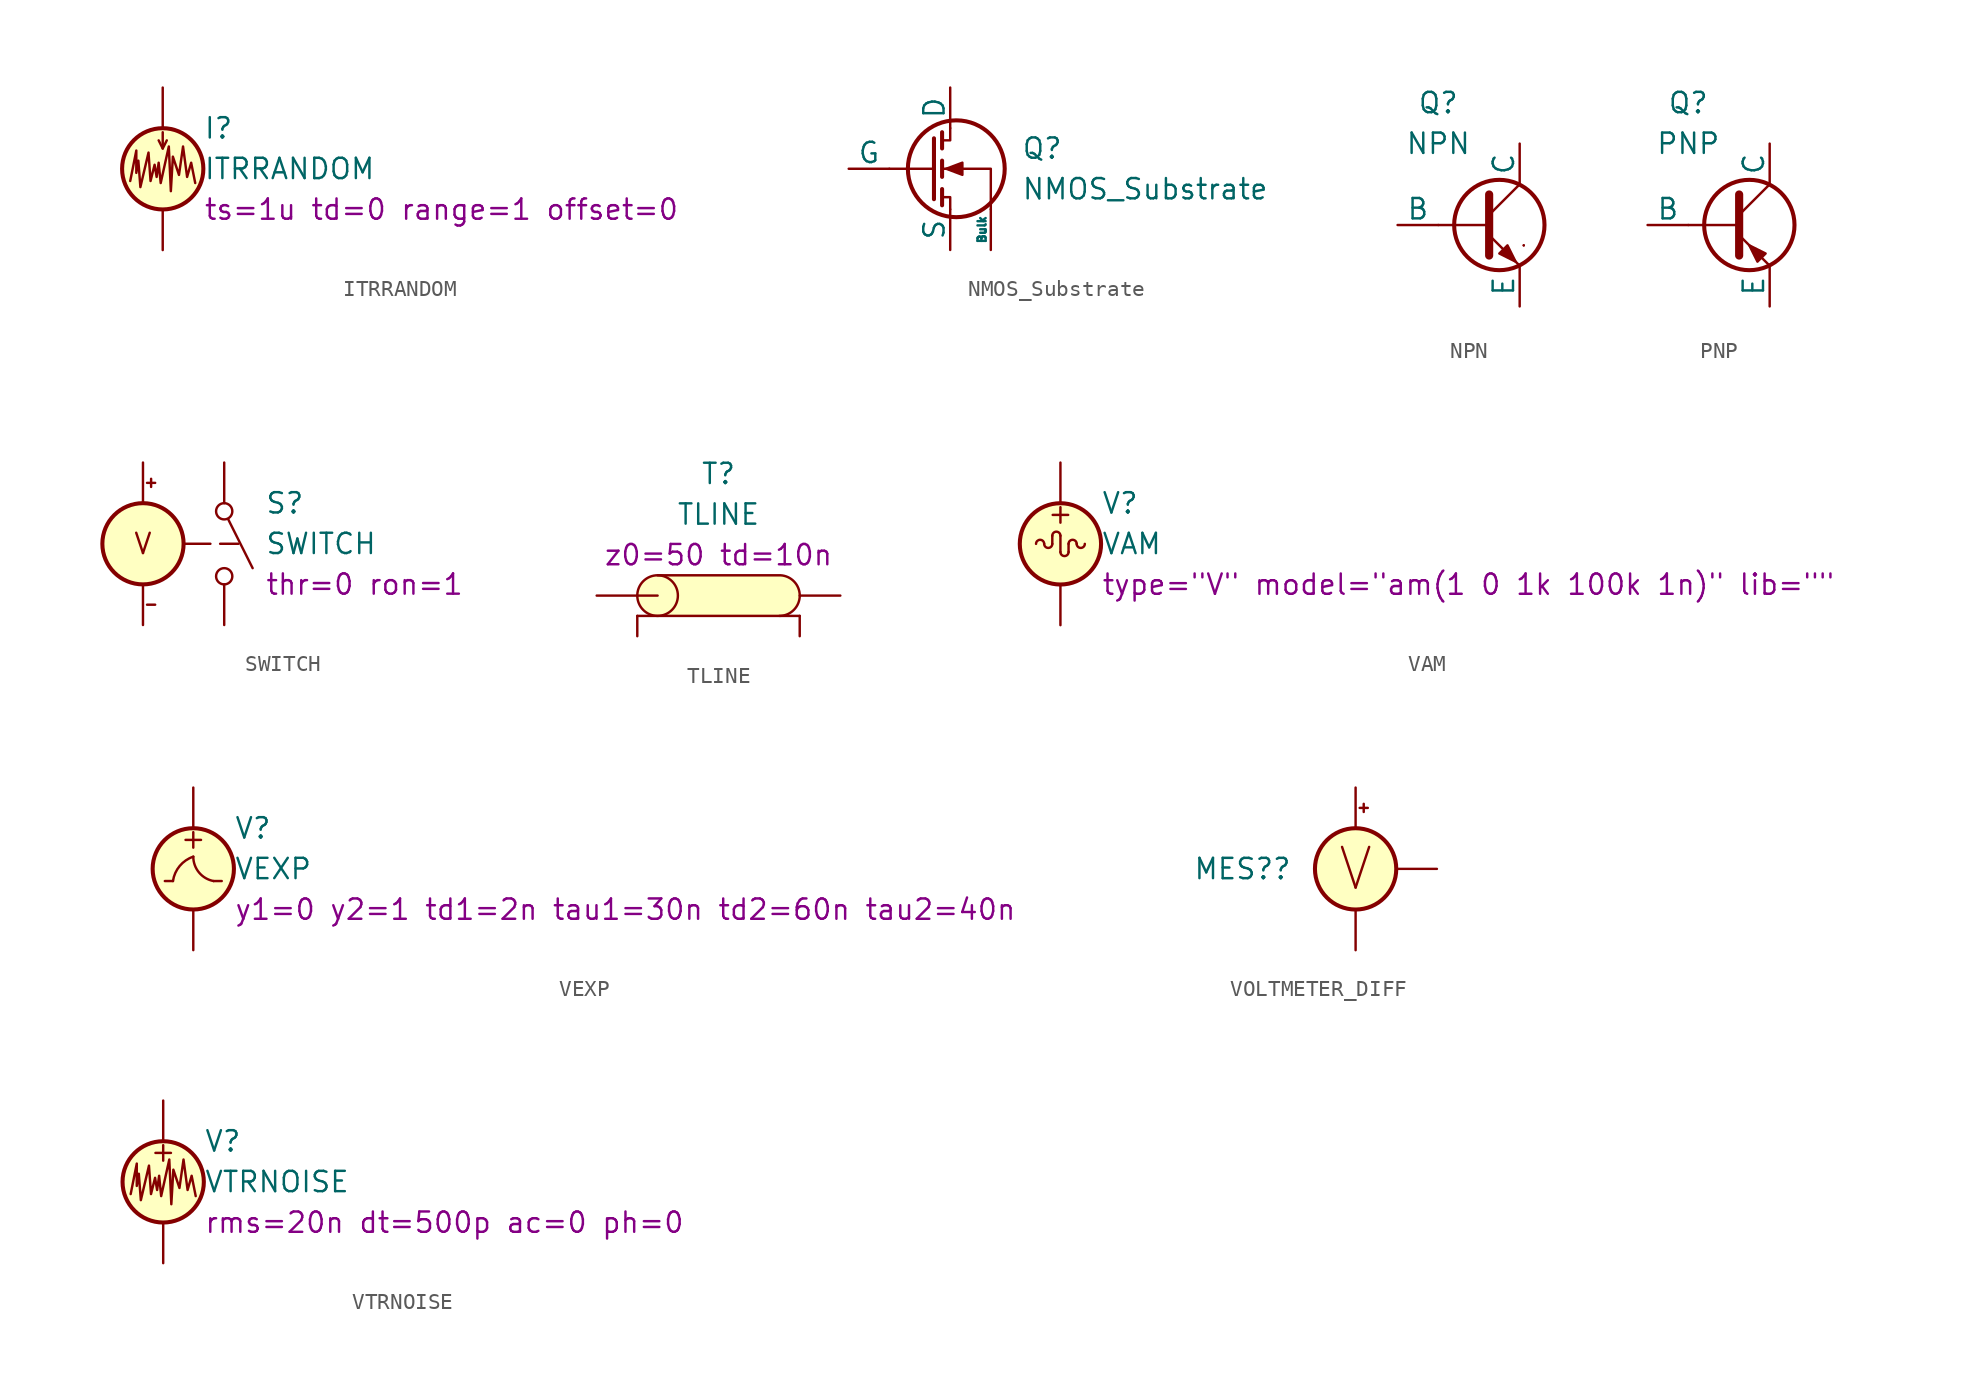
<source format=kicad_sym>
(kicad_symbol_lib
  (version 20241209)
  (generator "kicad_symbol_editor")
  (generator_version "9.0")
  (symbol "ITRRANDOM"
    (pin_numbers
      (hide yes))
    (pin_names
      (offset 0.025))
    (property "Reference" "I"
      (at 2.54 2.54 0)
      (effects (font (size 1.27 1.27)) (justify left)))
    (property "Value" "ITRRANDOM"
      (at 2.54 0 0)
      (effects (font (size 1.27 1.27)) (justify left)))
    (property "Sim.Params" "ts=1u td=0 range=1 offset=0"
      (at 2.54 -2.54 0)
      (effects (font (size 1.27 1.27)) (justify left)))
    (symbol "ITRRANDOM_0_1"
      (polyline (pts (xy -2.032 -0.762) (xy -1.651 1.143) (xy -1.651 -0.254) (xy -1.524 0.508) (xy -1.397 -1.143) (xy -0.889 1.016) (xy -0.762 -0.762) (xy -0.508 0.254) (xy -0.381 -0.508) (xy -0.254 0.381) (xy -0.127 -0.889) (xy 0.381 1.397) (xy 0.508 -1.397) (xy 0.635 0.762) (xy 1.016 -0.381) (xy 1.27 1.397) (xy 1.524 -0.508) (xy 1.778 0.381) (xy 2.032 -0.889)) (stroke (width 0) (type default)) (fill (type none)))
      (polyline (pts (xy -0.254 1.778) (xy 0 1.27) (xy 0.254 1.778)) (stroke (width 0) (type default)) (fill (type none)))
      (polyline (pts (xy 0 1.27) (xy 0 2.286)) (stroke (width 0) (type default)) (fill (type none)))
      (circle (center 0 0) (radius 2.54) (stroke (width 0.254) (type default)) (fill (type background))))
    (symbol "ITRRANDOM_1_1"
      (pin passive line (at 0 5.08 270) (length 2.54) (name "~" (effects (font (size 1.27 1.27)))) (number "1" (effects (font (size 1.27 1.27)))))
      (pin passive line (at 0 -5.08 90) (length 2.54) (name "~" (effects (font (size 1.27 1.27)))) (number "2" (effects (font (size 1.27 1.27)))))))
  (symbol "NMOS_Substrate"
    (pin_numbers
      (hide yes))
    (pin_names
      (offset 0))
    (property "Reference" "Q"
      (at 6.985 1.27 0)
      (effects (font (size 1.27 1.27)) (justify left)))
    (property "Value" "NMOS_Substrate"
      (at 6.985 -1.27 0)
      (effects (font (size 1.27 1.27)) (justify left)))
    (symbol "NMOS_Substrate_0_1"
      (polyline (pts (xy 1.524 1.905) (xy 1.524 -1.905)) (stroke (width 0.254) (type default)) (fill (type none)))
      (polyline (pts (xy 1.524 0) (xy -1.27 0)) (stroke (width 0) (type default)) (fill (type none)))
      (polyline (pts (xy 2.032 2.286) (xy 2.032 1.27)) (stroke (width 0.254) (type default)) (fill (type none)))
      (polyline (pts (xy 2.032 1.778) (xy 2.54 1.778) (xy 2.54 2.54)) (stroke (width 0) (type default)) (fill (type none)))
      (polyline (pts (xy 2.032 0.508) (xy 2.032 -0.508)) (stroke (width 0.254) (type default)) (fill (type none)))
      (polyline (pts (xy 2.032 -1.27) (xy 2.032 -2.286)) (stroke (width 0.254) (type default)) (fill (type none)))
      (polyline (pts (xy 2.286 0) (xy 3.302 0.381) (xy 3.302 -0.381) (xy 2.286 0)) (stroke (width 0) (type default)) (fill (type outline)))
      (polyline (pts (xy 2.54 -2.54) (xy 2.54 -1.778) (xy 2.032 -1.778)) (stroke (width 0) (type default)) (fill (type none)))
      (circle (center 2.921 0) (radius 3.029) (stroke (width 0.254) (type default)) (fill (type none)))
      (polyline (pts (xy 5.08 -2.54) (xy 5.08 0) (xy 2.032 0)) (stroke (width 0) (type default)) (fill (type none))))
    (symbol "NMOS_Substrate_1_1"
      (pin input line (at -3.81 0 0) (length 2.54) (name "G" (effects (font (size 1.27 1.27)))) (number "2" (effects (font (size 1.27 1.27)))))
      (pin passive line (at 2.54 5.08 270) (length 2.54) (name "D" (effects (font (size 1.27 1.27)))) (number "1" (effects (font (size 1.27 1.27)))))
      (pin passive line (at 2.54 -5.08 90) (length 2.54) (name "S" (effects (font (size 1.27 1.27)))) (number "3" (effects (font (size 1.27 1.27)))))
      (pin input line (at 5.08 -5.08 90) (length 2.54) (name "Bulk" (effects (font (size 0.508 0.508)))) (number "4" (effects (font (size 1.27 1.27)))))))
  (symbol "NPN"
    (pin_numbers
      (hide yes))
    (pin_names
      (offset 0))
    (property "Reference" "Q"
      (at -2.54 7.62 0)
      (effects (font (size 1.27 1.27))))
    (property "Value" "NPN"
      (at -2.54 5.08 0)
      (effects (font (size 1.27 1.27))))
    (symbol "NPN_0_1"
      (polyline (pts (xy -2.54 0) (xy 0.635 0)) (stroke (width 0.152) (type default)) (fill (type none)))
      (polyline (pts (xy 0.635 1.905) (xy 0.635 -1.905) (xy 0.635 -1.905)) (stroke (width 0.508) (type default)) (fill (type none)))
      (polyline (pts (xy 0.635 0.635) (xy 2.54 2.54)) (stroke (width 0) (type default)) (fill (type none)))
      (polyline (pts (xy 0.635 -0.635) (xy 2.54 -2.54) (xy 2.54 -2.54)) (stroke (width 0) (type default)) (fill (type none)))
      (circle (center 1.27 0) (radius 2.819) (stroke (width 0.254) (type default)) (fill (type none)))
      (polyline (pts (xy 1.27 -1.778) (xy 1.778 -1.27) (xy 2.286 -2.286) (xy 1.27 -1.778) (xy 1.27 -1.778)) (stroke (width 0) (type default)) (fill (type outline)))
      (polyline (pts (xy 2.794 -1.27) (xy 2.794 -1.27)) (stroke (width 0.152) (type default)) (fill (type none)))
      (polyline (pts (xy 2.794 -1.27) (xy 2.794 -1.27)) (stroke (width 0.152) (type default)) (fill (type none))))
    (symbol "NPN_1_1"
      (pin input line (at -5.08 0 0) (length 2.54) (name "B" (effects (font (size 1.27 1.27)))) (number "2" (effects (font (size 1.27 1.27)))))
      (pin open_collector line (at 2.54 5.08 270) (length 2.54) (name "C" (effects (font (size 1.27 1.27)))) (number "1" (effects (font (size 1.27 1.27)))))
      (pin open_emitter line (at 2.54 -5.08 90) (length 2.54) (name "E" (effects (font (size 1.27 1.27)))) (number "3" (effects (font (size 1.27 1.27)))))))
  (symbol "PNP"
    (pin_numbers
      (hide yes))
    (pin_names
      (offset 0))
    (property "Reference" "Q"
      (at -2.54 7.62 0)
      (effects (font (size 1.27 1.27))))
    (property "Value" "PNP"
      (at -2.54 5.08 0)
      (effects (font (size 1.27 1.27))))
    (symbol "PNP_0_1"
      (polyline (pts (xy -2.54 0) (xy 0.635 0)) (stroke (width 0.152) (type default)) (fill (type none)))
      (polyline (pts (xy 0.635 1.905) (xy 0.635 -1.905) (xy 0.635 -1.905)) (stroke (width 0.508) (type default)) (fill (type none)))
      (polyline (pts (xy 0.635 0.635) (xy 2.54 2.54)) (stroke (width 0) (type default)) (fill (type none)))
      (polyline (pts (xy 0.635 -0.635) (xy 2.54 -2.54) (xy 2.54 -2.54)) (stroke (width 0) (type default)) (fill (type none)))
      (circle (center 1.27 0) (radius 2.819) (stroke (width 0.254) (type default)) (fill (type none)))
      (polyline (pts (xy 2.286 -1.778) (xy 1.778 -2.286) (xy 1.27 -1.27) (xy 2.286 -1.778) (xy 2.286 -1.778)) (stroke (width 0) (type default)) (fill (type outline))))
    (symbol "PNP_1_1"
      (pin input line (at -5.08 0 0) (length 2.54) (name "B" (effects (font (size 1.27 1.27)))) (number "2" (effects (font (size 1.27 1.27)))))
      (pin open_collector line (at 2.54 5.08 270) (length 2.54) (name "C" (effects (font (size 1.27 1.27)))) (number "1" (effects (font (size 1.27 1.27)))))
      (pin open_emitter line (at 2.54 -5.08 90) (length 2.54) (name "E" (effects (font (size 1.27 1.27)))) (number "3" (effects (font (size 1.27 1.27)))))))
  (symbol "SWITCH"
    (pin_numbers
      (hide yes))
    (pin_names
      (offset 1.016)
      (hide yes))
    (property "Reference" "S"
      (at 2.54 2.54 0)
      (effects (font (size 1.27 1.27)) (justify left)))
    (property "Value" "SWITCH"
      (at 2.54 0 0)
      (effects (font (size 1.27 1.27)) (justify left)))
    (property "Sim.Params" "thr=0 ron=1"
      (at 2.54 -2.54 0)
      (effects (font (size 1.27 1.27)) (justify left)))
    (symbol "SWITCH_0_1"
      (circle (center 0 2.032) (radius 0.508) (stroke (width 0) (type default)) (fill (type none)))
      (circle (center 0 -2.032) (radius 0.508) (stroke (width 0) (type default)) (fill (type none)))
      (polyline (pts (xy 0.254 1.524) (xy 1.778 -1.524)) (stroke (width 0) (type default)) (fill (type none))))
    (symbol "SWITCH_1_1"
      (circle (center -5.08 0) (radius 2.54) (stroke (width 0.254) (type default)) (fill (type background)))
      (polyline (pts (xy -4.826 3.81) (xy -4.318 3.81)) (stroke (width 0) (type default)) (fill (type none)))
      (polyline (pts (xy -4.826 -3.81) (xy -4.318 -3.81)) (stroke (width 0) (type default)) (fill (type none)))
      (polyline (pts (xy -4.572 4.064) (xy -4.572 3.556)) (stroke (width 0) (type default)) (fill (type none)))
      (polyline (pts (xy -2.54 0) (xy 0.889 0)) (stroke (width 0) (type dash)) (fill (type none)))
      (text "V" (at -5.08 0 0) (effects (font (size 1.27 1.27))))
      (pin input line (at -5.08 5.08 270) (length 2.54) (name "C+" (effects (font (size 1.27 1.27)))) (number "3" (effects (font (size 1.27 1.27)))))
      (pin input line (at -5.08 -5.08 90) (length 2.54) (name "C-" (effects (font (size 1.27 1.27)))) (number "4" (effects (font (size 1.27 1.27)))))
      (pin passive line (at 0 5.08 270) (length 2.54) (name "N+" (effects (font (size 1.27 1.27)))) (number "1" (effects (font (size 1.27 1.27)))))
      (pin passive line (at 0 -5.08 90) (length 2.54) (name "N-" (effects (font (size 1.27 1.27)))) (number "2" (effects (font (size 1.27 1.27)))))))
  (symbol "TLINE"
    (pin_numbers
      (hide yes))
    (property "Reference" "T"
      (at 0 7.62 0)
      (effects (font (size 1.27 1.27))))
    (property "Value" "TLINE"
      (at 0 5.08 0)
      (effects (font (size 1.27 1.27))))
    (property "Sim.Params" "z0=50 td=10n"
      (at 0 2.54 0)
      (effects (font (size 1.27 1.27))))
    (symbol "TLINE_0_1"
      (polyline (pts (xy -5.08 -1.27) (xy 3.81 -1.27)) (stroke (width 0) (type default)) (fill (type none)))
      (rectangle (start -3.81 1.27) (end 3.81 -1.27) (stroke (width -0.0001) (type default)) (fill (type background)))
      (polyline (pts (xy -3.81 1.27) (xy 3.81 1.27)) (stroke (width 0) (type default)) (fill (type none)))
      (circle (center -3.81 0) (radius 1.27) (stroke (width 0) (type default)) (fill (type none)))
      (circle (center -3.81 0) (radius 1.27) (stroke (width -0.0001) (type default)) (fill (type background)))
      (polyline (pts (xy -3.81 0) (xy -5.08 0)) (stroke (width 0) (type default)) (fill (type none)))
      (circle (center 3.81 0) (radius 1.27) (stroke (width -0.0001) (type default)) (fill (type background)))
      (arc (start 3.8776 1.27) (mid 5.0818 0) (end 3.8776 -1.27) (stroke (width 0) (type default)) (fill (type none)))
      (polyline (pts (xy 5.08 -1.27) (xy 3.81 -1.27)) (stroke (width 0) (type default)) (fill (type none))))
    (symbol "TLINE_1_1"
      (pin passive line (at -7.62 0 0) (length 2.54) (name "" (effects (font (size 1.27 1.27)))) (number "1" (effects (font (size 1.27 1.27)))))
      (pin passive line (at -5.08 -2.54 90) (length 1.27) (name "" (effects (font (size 1.27 1.27)))) (number "2" (effects (font (size 1.27 1.27)))))
      (pin passive line (at 5.08 -2.54 90) (length 1.27) (name "" (effects (font (size 1.27 1.27)))) (number "4" (effects (font (size 1.27 1.27)))))
      (pin passive line (at 7.62 0 180) (length 2.54) (name "" (effects (font (size 1.27 1.27)))) (number "3" (effects (font (size 1.27 1.27)))))))
  (symbol "VAM"
    (pin_numbers
      (hide yes))
    (pin_names
      (offset 0.025))
    (property "Reference" "V"
      (at 2.54 2.54 0)
      (effects (font (size 1.27 1.27)) (justify left)))
    (property "Value" "VAM"
      (at 2.54 0 0)
      (effects (font (size 1.27 1.27)) (justify left)))
    (property "Sim.Params" "type=\"V\" model=\"am(1 0 1k 100k 1n)\" lib=\"\""
      (at 2.54 -2.54 0)
      (effects (font (size 1.27 1.27)) (justify left)))
    (symbol "VAM_0_0"
      (arc (start -0.508 0.508) (mid -0.254 0.7609) (end 0 0.508) (stroke (width 0) (type default)) (fill (type none)))
      (text "+" (at 0 1.905 0) (effects (font (size 1.27 1.27)))))
    (symbol "VAM_0_1"
      (arc (start -1.524 0) (mid -1.27 0.2529) (end -1.016 0) (stroke (width 0) (type default)) (fill (type none)))
      (arc (start -0.508 0) (mid -0.762 -0.2529) (end -1.016 0) (stroke (width 0) (type default)) (fill (type none)))
      (polyline (pts (xy -0.508 0.508) (xy -0.508 0)) (stroke (width 0) (type default)) (fill (type none)))
      (polyline (pts (xy 0 0.508) (xy 0 -0.508)) (stroke (width 0) (type default)) (fill (type none)))
      (circle (center 0 0) (radius 2.54) (stroke (width 0.254) (type default)) (fill (type background)))
      (arc (start 0.508 -0.508) (mid 0.254 -0.7609) (end 0 -0.508) (stroke (width 0) (type default)) (fill (type none)))
      (polyline (pts (xy 0.508 -0.508) (xy 0.508 0)) (stroke (width 0) (type default)) (fill (type none)))
      (arc (start 0.508 0) (mid 0.762 0.2529) (end 1.016 0) (stroke (width 0) (type default)) (fill (type none)))
      (arc (start 1.524 0) (mid 1.27 -0.2529) (end 1.016 0) (stroke (width 0) (type default)) (fill (type none))))
    (symbol "VAM_1_1"
      (pin passive line (at 0 5.08 270) (length 2.54) (name "~" (effects (font (size 1.27 1.27)))) (number "1" (effects (font (size 1.27 1.27)))))
      (pin passive line (at 0 -5.08 90) (length 2.54) (name "~" (effects (font (size 1.27 1.27)))) (number "2" (effects (font (size 1.27 1.27)))))))
  (symbol "VEXP"
    (pin_numbers
      (hide yes))
    (pin_names
      (offset 0.025))
    (property "Reference" "V"
      (at 2.54 2.54 0)
      (effects (font (size 1.27 1.27)) (justify left)))
    (property "Value" "VEXP"
      (at 2.54 0 0)
      (effects (font (size 1.27 1.27)) (justify left)))
    (property "Sim.Params" "y1=0 y2=1 td1=2n tau1=30n td2=60n tau2=40n"
      (at 2.54 -2.54 0)
      (effects (font (size 1.27 1.27)) (justify left)))
    (symbol "VEXP_0_0"
      (polyline (pts (xy -1.27 -0.762) (xy -1.778 -0.762)) (stroke (width 0) (type default)) (fill (type none)))
      (arc (start -1.27 -0.762) (mid -0.8506 0.1796) (end 0 0.762) (stroke (width 0) (type default)) (fill (type none)))
      (polyline (pts (xy 1.27 -0.762) (xy 1.778 -0.762)) (stroke (width 0) (type default)) (fill (type none)))
      (arc (start 1.27 -0.762) (mid 0.3591 -0.2299) (end 0 0.762) (stroke (width 0) (type default)) (fill (type none)))
      (text "+" (at 0 1.905 0) (effects (font (size 1.27 1.27)))))
    (symbol "VEXP_0_1"
      (circle (center 0 0) (radius 2.54) (stroke (width 0.254) (type default)) (fill (type background))))
    (symbol "VEXP_1_1"
      (pin passive line (at 0 5.08 270) (length 2.54) (name "~" (effects (font (size 1.27 1.27)))) (number "1" (effects (font (size 1.27 1.27)))))
      (pin passive line (at 0 -5.08 90) (length 2.54) (name "~" (effects (font (size 1.27 1.27)))) (number "2" (effects (font (size 1.27 1.27)))))))
  (symbol "VOLTMETER_DIFF"
    (pin_numbers
      (hide yes))
    (pin_names
      (offset 0.025)
      (hide yes))
    (property "Reference" "MES?"
      (at -10.16 0 0)
      (effects (font (size 1.27 1.27)) (justify left)))
    (symbol "VOLTMETER_DIFF_0_0"
      (text "V" (at 0 0 0) (effects (font (size 2.54 2.54)))))
    (symbol "VOLTMETER_DIFF_0_1"
      (circle (center 0 0) (radius 2.54) (stroke (width 0.254) (type default)) (fill (type background)))
      (polyline (pts (xy 0.254 3.81) (xy 0.762 3.81)) (stroke (width 0) (type default)) (fill (type none)))
      (polyline (pts (xy 0.508 4.064) (xy 0.508 3.556)) (stroke (width 0) (type default)) (fill (type none))))
    (symbol "VOLTMETER_DIFF_1_1"
      (pin passive line (at 0 5.08 270) (length 2.54) (name "+" (effects (font (size 1.27 1.27)))) (number "1" (effects (font (size 1.27 1.27)))))
      (pin passive line (at 0 -5.08 90) (length 2.54) (name "-" (effects (font (size 1.27 1.27)))) (number "2" (effects (font (size 1.27 1.27)))))
      (pin output line (at 5.08 0 180) (length 2.54) (name "out" (effects (font (size 1.27 1.27)))) (number "3" (effects (font (size 1.27 1.27)))))))
  (symbol "VTRNOISE"
    (pin_numbers
      (hide yes))
    (pin_names
      (offset 0.025))
    (property "Reference" "V"
      (at 2.54 2.54 0)
      (effects (font (size 1.27 1.27)) (justify left)))
    (property "Value" "VTRNOISE"
      (at 2.54 0 0)
      (effects (font (size 1.27 1.27)) (justify left)))
    (property "Sim.Params" "rms=20n dt=500p ac=0 ph=0"
      (at 2.54 -2.54 0)
      (effects (font (size 1.27 1.27)) (justify left)))
    (symbol "VTRNOISE_0_0"
      (text "+" (at 0 1.905 0) (effects (font (size 1.27 1.27)))))
    (symbol "VTRNOISE_0_1"
      (polyline (pts (xy -2.032 -0.762) (xy -1.651 1.143) (xy -1.651 -0.254) (xy -1.524 0.508) (xy -1.397 -1.143) (xy -0.889 1.016) (xy -0.762 -0.762) (xy -0.508 0.254) (xy -0.381 -0.508) (xy -0.254 0.381) (xy -0.127 -0.889) (xy 0.381 1.397) (xy 0.508 -1.397) (xy 0.635 0.762) (xy 1.016 -0.381) (xy 1.27 1.397) (xy 1.524 -0.508) (xy 1.778 0.381) (xy 2.032 -0.889)) (stroke (width 0) (type default)) (fill (type none)))
      (circle (center 0 0) (radius 2.54) (stroke (width 0.254) (type default)) (fill (type background))))
    (symbol "VTRNOISE_1_1"
      (pin passive line (at 0 5.08 270) (length 2.54) (name "~" (effects (font (size 1.27 1.27)))) (number "1" (effects (font (size 1.27 1.27)))))
      (pin passive line (at 0 -5.08 90) (length 2.54) (name "~" (effects (font (size 1.27 1.27)))) (number "2" (effects (font (size 1.27 1.27))))))))
</source>
